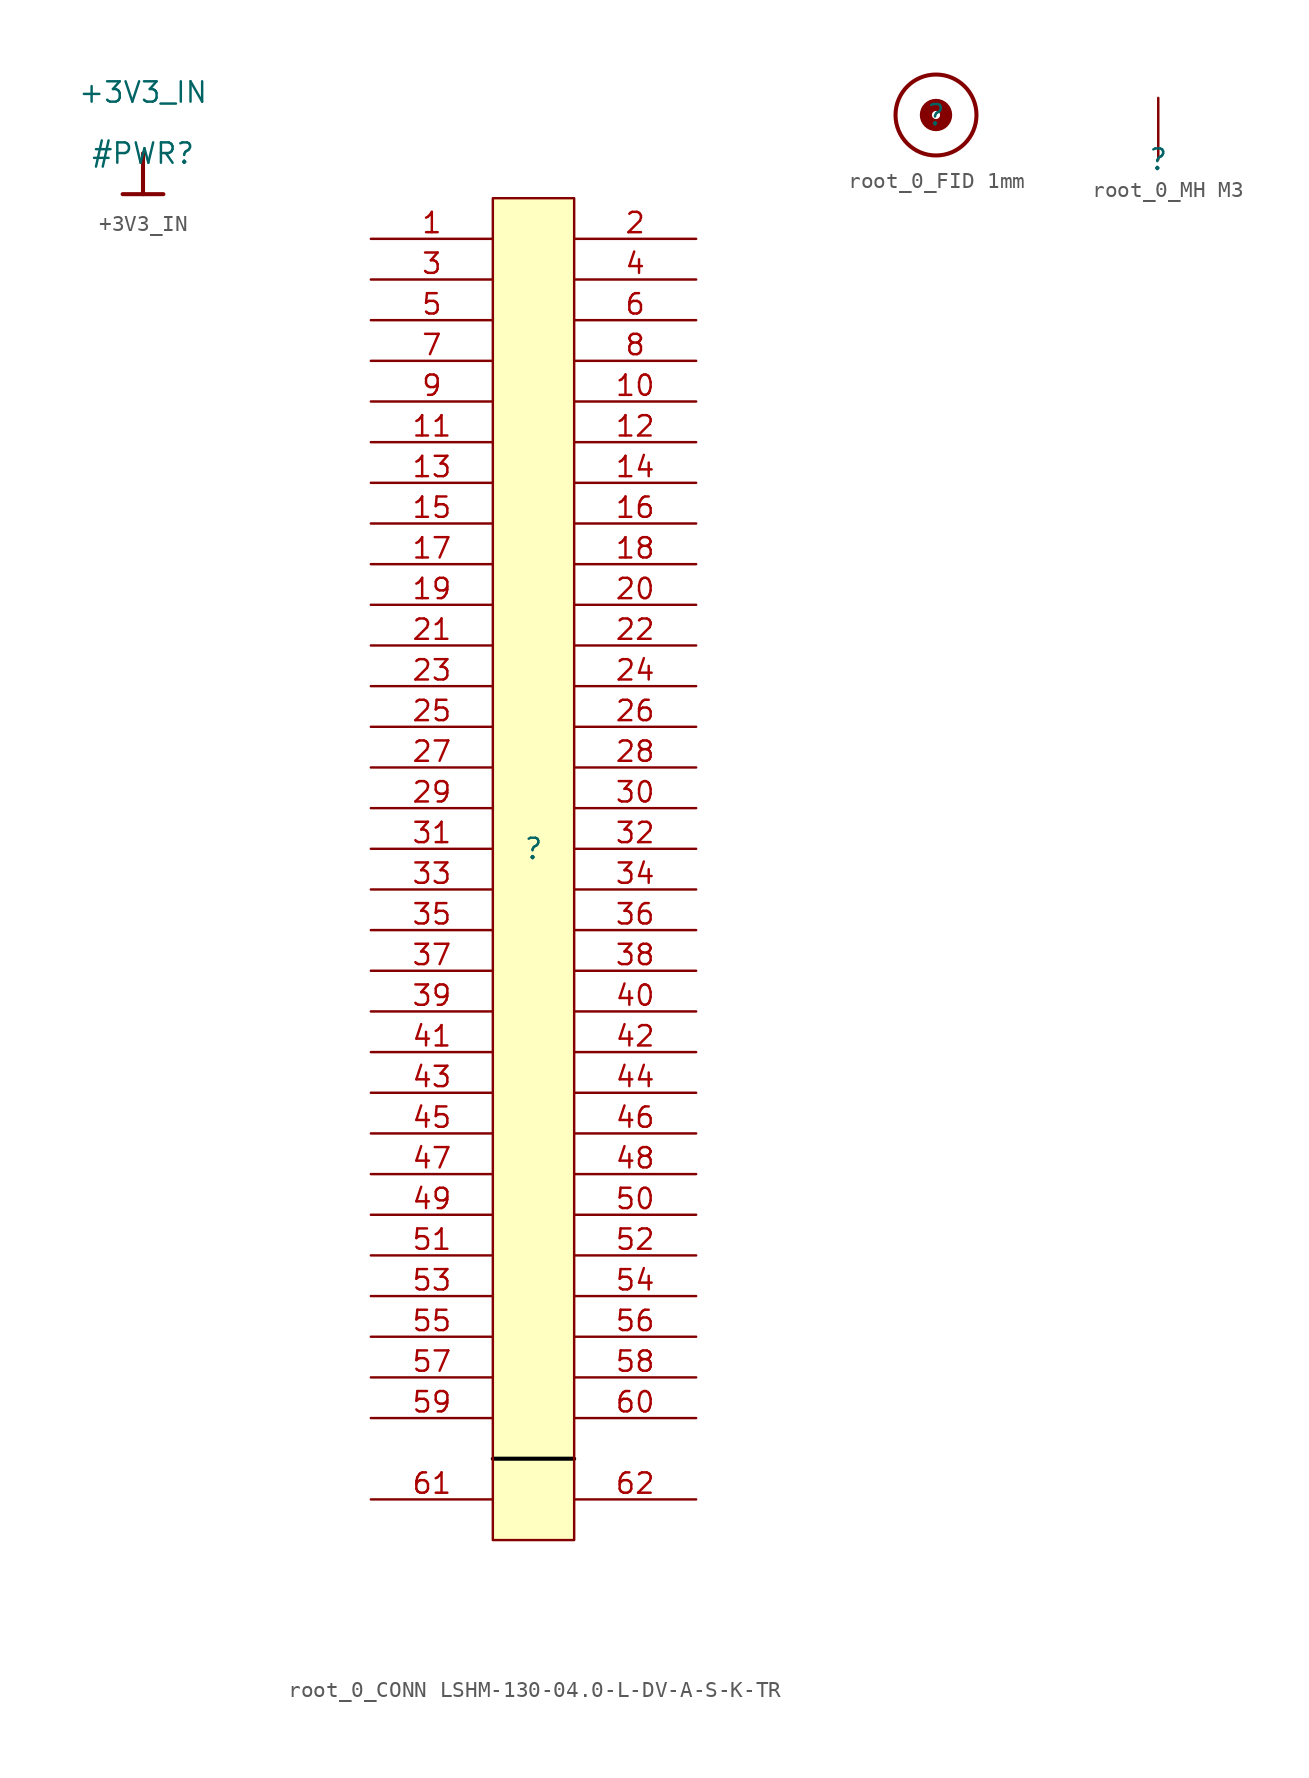
<source format=kicad_sym>
(kicad_symbol_lib
  (version 20220914)
  (generator kicad_symbol_editor)
  (symbol "+3V3_IN"
    (power)
    (property "Reference" "#PWR"
      (at 0 0 0)
      (effects (font (size 1.27 1.27))))
    (property "Value" "+3V3_IN"
      (at 0 3.81 0)
      (effects (font (size 1.27 1.27))))
    (symbol "+3V3_IN_0_0"
      (polyline (pts (xy -1.27 -2.54) (xy 1.27 -2.54)) (stroke (width 0.254) (type solid)) (fill (type none)))
      (polyline (pts (xy 0 0) (xy 0 -2.54)) (stroke (width 0.254) (type solid)) (fill (type none)))
      (pin power_in line (at 0 0 0) (length 0) hide (name "+3V3_IN" (effects (font (size 1.27 1.27)))) (number "" (effects (font (size 1.27 1.27)))))))
  (symbol "root_0_CONN LSHM-130-04.0-L-DV-A-S-K-TR"
    (property "Reference" ""
      (at 0 0 0)
      (effects (font (size 1.27 1.27))))
    (property "Value" ""
      (at 0 0 0)
      (effects (font (size 1.27 1.27))))
    (symbol "root_0_CONN LSHM-130-04.0-L-DV-A-S-K-TR_1_0"
      (polyline (pts (xy -2.54 -38.1) (xy 2.54 -38.1)) (stroke (width 0.254) (type solid) (color 0 0 0 1)) (fill (type none)))
      (rectangle (start 2.54 40.64) (end -2.54 -43.18) (stroke (width 0) (type solid)) (fill (type background)))
      (pin passive line (at -10.16 38.1 0) (length 7.62) (name "1" (effects (font (size 0 0)))) (number "1" (effects (font (size 1.27 1.27)))))
      (pin passive line (at 10.16 27.94 180) (length 7.62) (name "10" (effects (font (size 0 0)))) (number "10" (effects (font (size 1.27 1.27)))))
      (pin passive line (at -10.16 25.4 0) (length 7.62) (name "11" (effects (font (size 0 0)))) (number "11" (effects (font (size 1.27 1.27)))))
      (pin passive line (at 10.16 25.4 180) (length 7.62) (name "12" (effects (font (size 0 0)))) (number "12" (effects (font (size 1.27 1.27)))))
      (pin passive line (at -10.16 22.86 0) (length 7.62) (name "13" (effects (font (size 0 0)))) (number "13" (effects (font (size 1.27 1.27)))))
      (pin passive line (at 10.16 22.86 180) (length 7.62) (name "14" (effects (font (size 0 0)))) (number "14" (effects (font (size 1.27 1.27)))))
      (pin passive line (at -10.16 20.32 0) (length 7.62) (name "15" (effects (font (size 0 0)))) (number "15" (effects (font (size 1.27 1.27)))))
      (pin passive line (at 10.16 20.32 180) (length 7.62) (name "16" (effects (font (size 0 0)))) (number "16" (effects (font (size 1.27 1.27)))))
      (pin passive line (at -10.16 17.78 0) (length 7.62) (name "17" (effects (font (size 0 0)))) (number "17" (effects (font (size 1.27 1.27)))))
      (pin passive line (at 10.16 17.78 180) (length 7.62) (name "18" (effects (font (size 0 0)))) (number "18" (effects (font (size 1.27 1.27)))))
      (pin passive line (at -10.16 15.24 0) (length 7.62) (name "19" (effects (font (size 0 0)))) (number "19" (effects (font (size 1.27 1.27)))))
      (pin passive line (at 10.16 38.1 180) (length 7.62) (name "2" (effects (font (size 0 0)))) (number "2" (effects (font (size 1.27 1.27)))))
      (pin passive line (at 10.16 15.24 180) (length 7.62) (name "20" (effects (font (size 0 0)))) (number "20" (effects (font (size 1.27 1.27)))))
      (pin passive line (at -10.16 12.7 0) (length 7.62) (name "21" (effects (font (size 0 0)))) (number "21" (effects (font (size 1.27 1.27)))))
      (pin passive line (at 10.16 12.7 180) (length 7.62) (name "22" (effects (font (size 0 0)))) (number "22" (effects (font (size 1.27 1.27)))))
      (pin passive line (at -10.16 10.16 0) (length 7.62) (name "23" (effects (font (size 0 0)))) (number "23" (effects (font (size 1.27 1.27)))))
      (pin passive line (at 10.16 10.16 180) (length 7.62) (name "24" (effects (font (size 0 0)))) (number "24" (effects (font (size 1.27 1.27)))))
      (pin passive line (at -10.16 7.62 0) (length 7.62) (name "25" (effects (font (size 0 0)))) (number "25" (effects (font (size 1.27 1.27)))))
      (pin passive line (at 10.16 7.62 180) (length 7.62) (name "26" (effects (font (size 0 0)))) (number "26" (effects (font (size 1.27 1.27)))))
      (pin passive line (at -10.16 5.08 0) (length 7.62) (name "27" (effects (font (size 0 0)))) (number "27" (effects (font (size 1.27 1.27)))))
      (pin passive line (at 10.16 5.08 180) (length 7.62) (name "28" (effects (font (size 0 0)))) (number "28" (effects (font (size 1.27 1.27)))))
      (pin passive line (at -10.16 2.54 0) (length 7.62) (name "29" (effects (font (size 0 0)))) (number "29" (effects (font (size 1.27 1.27)))))
      (pin passive line (at -10.16 35.56 0) (length 7.62) (name "3" (effects (font (size 0 0)))) (number "3" (effects (font (size 1.27 1.27)))))
      (pin passive line (at 10.16 2.54 180) (length 7.62) (name "30" (effects (font (size 0 0)))) (number "30" (effects (font (size 1.27 1.27)))))
      (pin passive line (at -10.16 0 0) (length 7.62) (name "31" (effects (font (size 0 0)))) (number "31" (effects (font (size 1.27 1.27)))))
      (pin passive line (at 10.16 0 180) (length 7.62) (name "32" (effects (font (size 0 0)))) (number "32" (effects (font (size 1.27 1.27)))))
      (pin passive line (at -10.16 -2.54 0) (length 7.62) (name "33" (effects (font (size 0 0)))) (number "33" (effects (font (size 1.27 1.27)))))
      (pin passive line (at 10.16 -2.54 180) (length 7.62) (name "34" (effects (font (size 0 0)))) (number "34" (effects (font (size 1.27 1.27)))))
      (pin passive line (at -10.16 -5.08 0) (length 7.62) (name "35" (effects (font (size 0 0)))) (number "35" (effects (font (size 1.27 1.27)))))
      (pin passive line (at 10.16 -5.08 180) (length 7.62) (name "36" (effects (font (size 0 0)))) (number "36" (effects (font (size 1.27 1.27)))))
      (pin passive line (at -10.16 -7.62 0) (length 7.62) (name "37" (effects (font (size 0 0)))) (number "37" (effects (font (size 1.27 1.27)))))
      (pin passive line (at 10.16 -7.62 180) (length 7.62) (name "38" (effects (font (size 0 0)))) (number "38" (effects (font (size 1.27 1.27)))))
      (pin passive line (at -10.16 -10.16 0) (length 7.62) (name "39" (effects (font (size 0 0)))) (number "39" (effects (font (size 1.27 1.27)))))
      (pin passive line (at 10.16 35.56 180) (length 7.62) (name "4" (effects (font (size 0 0)))) (number "4" (effects (font (size 1.27 1.27)))))
      (pin passive line (at 10.16 -10.16 180) (length 7.62) (name "40" (effects (font (size 0 0)))) (number "40" (effects (font (size 1.27 1.27)))))
      (pin passive line (at -10.16 -12.7 0) (length 7.62) (name "41" (effects (font (size 0 0)))) (number "41" (effects (font (size 1.27 1.27)))))
      (pin passive line (at 10.16 -12.7 180) (length 7.62) (name "42" (effects (font (size 0 0)))) (number "42" (effects (font (size 1.27 1.27)))))
      (pin passive line (at -10.16 -15.24 0) (length 7.62) (name "43" (effects (font (size 0 0)))) (number "43" (effects (font (size 1.27 1.27)))))
      (pin passive line (at 10.16 -15.24 180) (length 7.62) (name "44" (effects (font (size 0 0)))) (number "44" (effects (font (size 1.27 1.27)))))
      (pin passive line (at -10.16 -17.78 0) (length 7.62) (name "45" (effects (font (size 0 0)))) (number "45" (effects (font (size 1.27 1.27)))))
      (pin passive line (at 10.16 -17.78 180) (length 7.62) (name "46" (effects (font (size 0 0)))) (number "46" (effects (font (size 1.27 1.27)))))
      (pin passive line (at -10.16 -20.32 0) (length 7.62) (name "47" (effects (font (size 0 0)))) (number "47" (effects (font (size 1.27 1.27)))))
      (pin passive line (at 10.16 -20.32 180) (length 7.62) (name "48" (effects (font (size 0 0)))) (number "48" (effects (font (size 1.27 1.27)))))
      (pin passive line (at -10.16 -22.86 0) (length 7.62) (name "49" (effects (font (size 0 0)))) (number "49" (effects (font (size 1.27 1.27)))))
      (pin passive line (at -10.16 33.02 0) (length 7.62) (name "5" (effects (font (size 0 0)))) (number "5" (effects (font (size 1.27 1.27)))))
      (pin passive line (at 10.16 -22.86 180) (length 7.62) (name "50" (effects (font (size 0 0)))) (number "50" (effects (font (size 1.27 1.27)))))
      (pin passive line (at -10.16 -25.4 0) (length 7.62) (name "51" (effects (font (size 0 0)))) (number "51" (effects (font (size 1.27 1.27)))))
      (pin passive line (at 10.16 -25.4 180) (length 7.62) (name "52" (effects (font (size 0 0)))) (number "52" (effects (font (size 1.27 1.27)))))
      (pin passive line (at -10.16 -27.94 0) (length 7.62) (name "53" (effects (font (size 0 0)))) (number "53" (effects (font (size 1.27 1.27)))))
      (pin passive line (at 10.16 -27.94 180) (length 7.62) (name "54" (effects (font (size 0 0)))) (number "54" (effects (font (size 1.27 1.27)))))
      (pin passive line (at -10.16 -30.48 0) (length 7.62) (name "55" (effects (font (size 0 0)))) (number "55" (effects (font (size 1.27 1.27)))))
      (pin passive line (at 10.16 -30.48 180) (length 7.62) (name "56" (effects (font (size 0 0)))) (number "56" (effects (font (size 1.27 1.27)))))
      (pin passive line (at -10.16 -33.02 0) (length 7.62) (name "57" (effects (font (size 0 0)))) (number "57" (effects (font (size 1.27 1.27)))))
      (pin passive line (at 10.16 -33.02 180) (length 7.62) (name "58" (effects (font (size 0 0)))) (number "58" (effects (font (size 1.27 1.27)))))
      (pin passive line (at -10.16 -35.56 0) (length 7.62) (name "59" (effects (font (size 0 0)))) (number "59" (effects (font (size 1.27 1.27)))))
      (pin passive line (at 10.16 33.02 180) (length 7.62) (name "6" (effects (font (size 0 0)))) (number "6" (effects (font (size 1.27 1.27)))))
      (pin passive line (at 10.16 -35.56 180) (length 7.62) (name "60" (effects (font (size 0 0)))) (number "60" (effects (font (size 1.27 1.27)))))
      (pin passive line (at -10.16 -40.64 0) (length 7.62) (name "61" (effects (font (size 0 0)))) (number "61" (effects (font (size 1.27 1.27)))))
      (pin passive line (at 10.16 -40.64 180) (length 7.62) (name "62" (effects (font (size 0 0)))) (number "62" (effects (font (size 1.27 1.27)))))
      (pin passive line (at -10.16 30.48 0) (length 7.62) (name "7" (effects (font (size 0 0)))) (number "7" (effects (font (size 1.27 1.27)))))
      (pin passive line (at 10.16 30.48 180) (length 7.62) (name "8" (effects (font (size 0 0)))) (number "8" (effects (font (size 1.27 1.27)))))
      (pin passive line (at -10.16 27.94 0) (length 7.62) (name "9" (effects (font (size 0 0)))) (number "9" (effects (font (size 1.27 1.27)))))))
  (symbol "root_0_FID 1mm"
    (property "Reference" ""
      (at 0 0 0)
      (effects (font (size 1.27 1.27))))
    (property "Value" ""
      (at 0 0 0)
      (effects (font (size 1.27 1.27))))
    (symbol "root_0_FID 1mm_1_0"
      (circle (center 0 0) (radius 0.635) (stroke (width 0.762) (type solid)) (fill (type none)))
      (circle (center 0 0) (radius 2.54) (stroke (width 0.254) (type solid)) (fill (type none)))))
  (symbol "root_0_MH M3"
    (property "Reference" ""
      (at 0 0 0)
      (effects (font (size 1.27 1.27))))
    (property "Value" ""
      (at 0 0 0)
      (effects (font (size 1.27 1.27))))
    (symbol "root_0_MH M3_1_0"
      (arc (start 1.27 5.08) (mid -1.27 5.0843) (end 1.27 5.0714) (stroke (width 0.508) (type solid)) (fill (type none)))
      (pin passive line (at 0 0 90) (length 3.81) (name "1" (effects (font (size 0 0)))) (number "1" (effects (font (size 0 0))))))))
</source>
